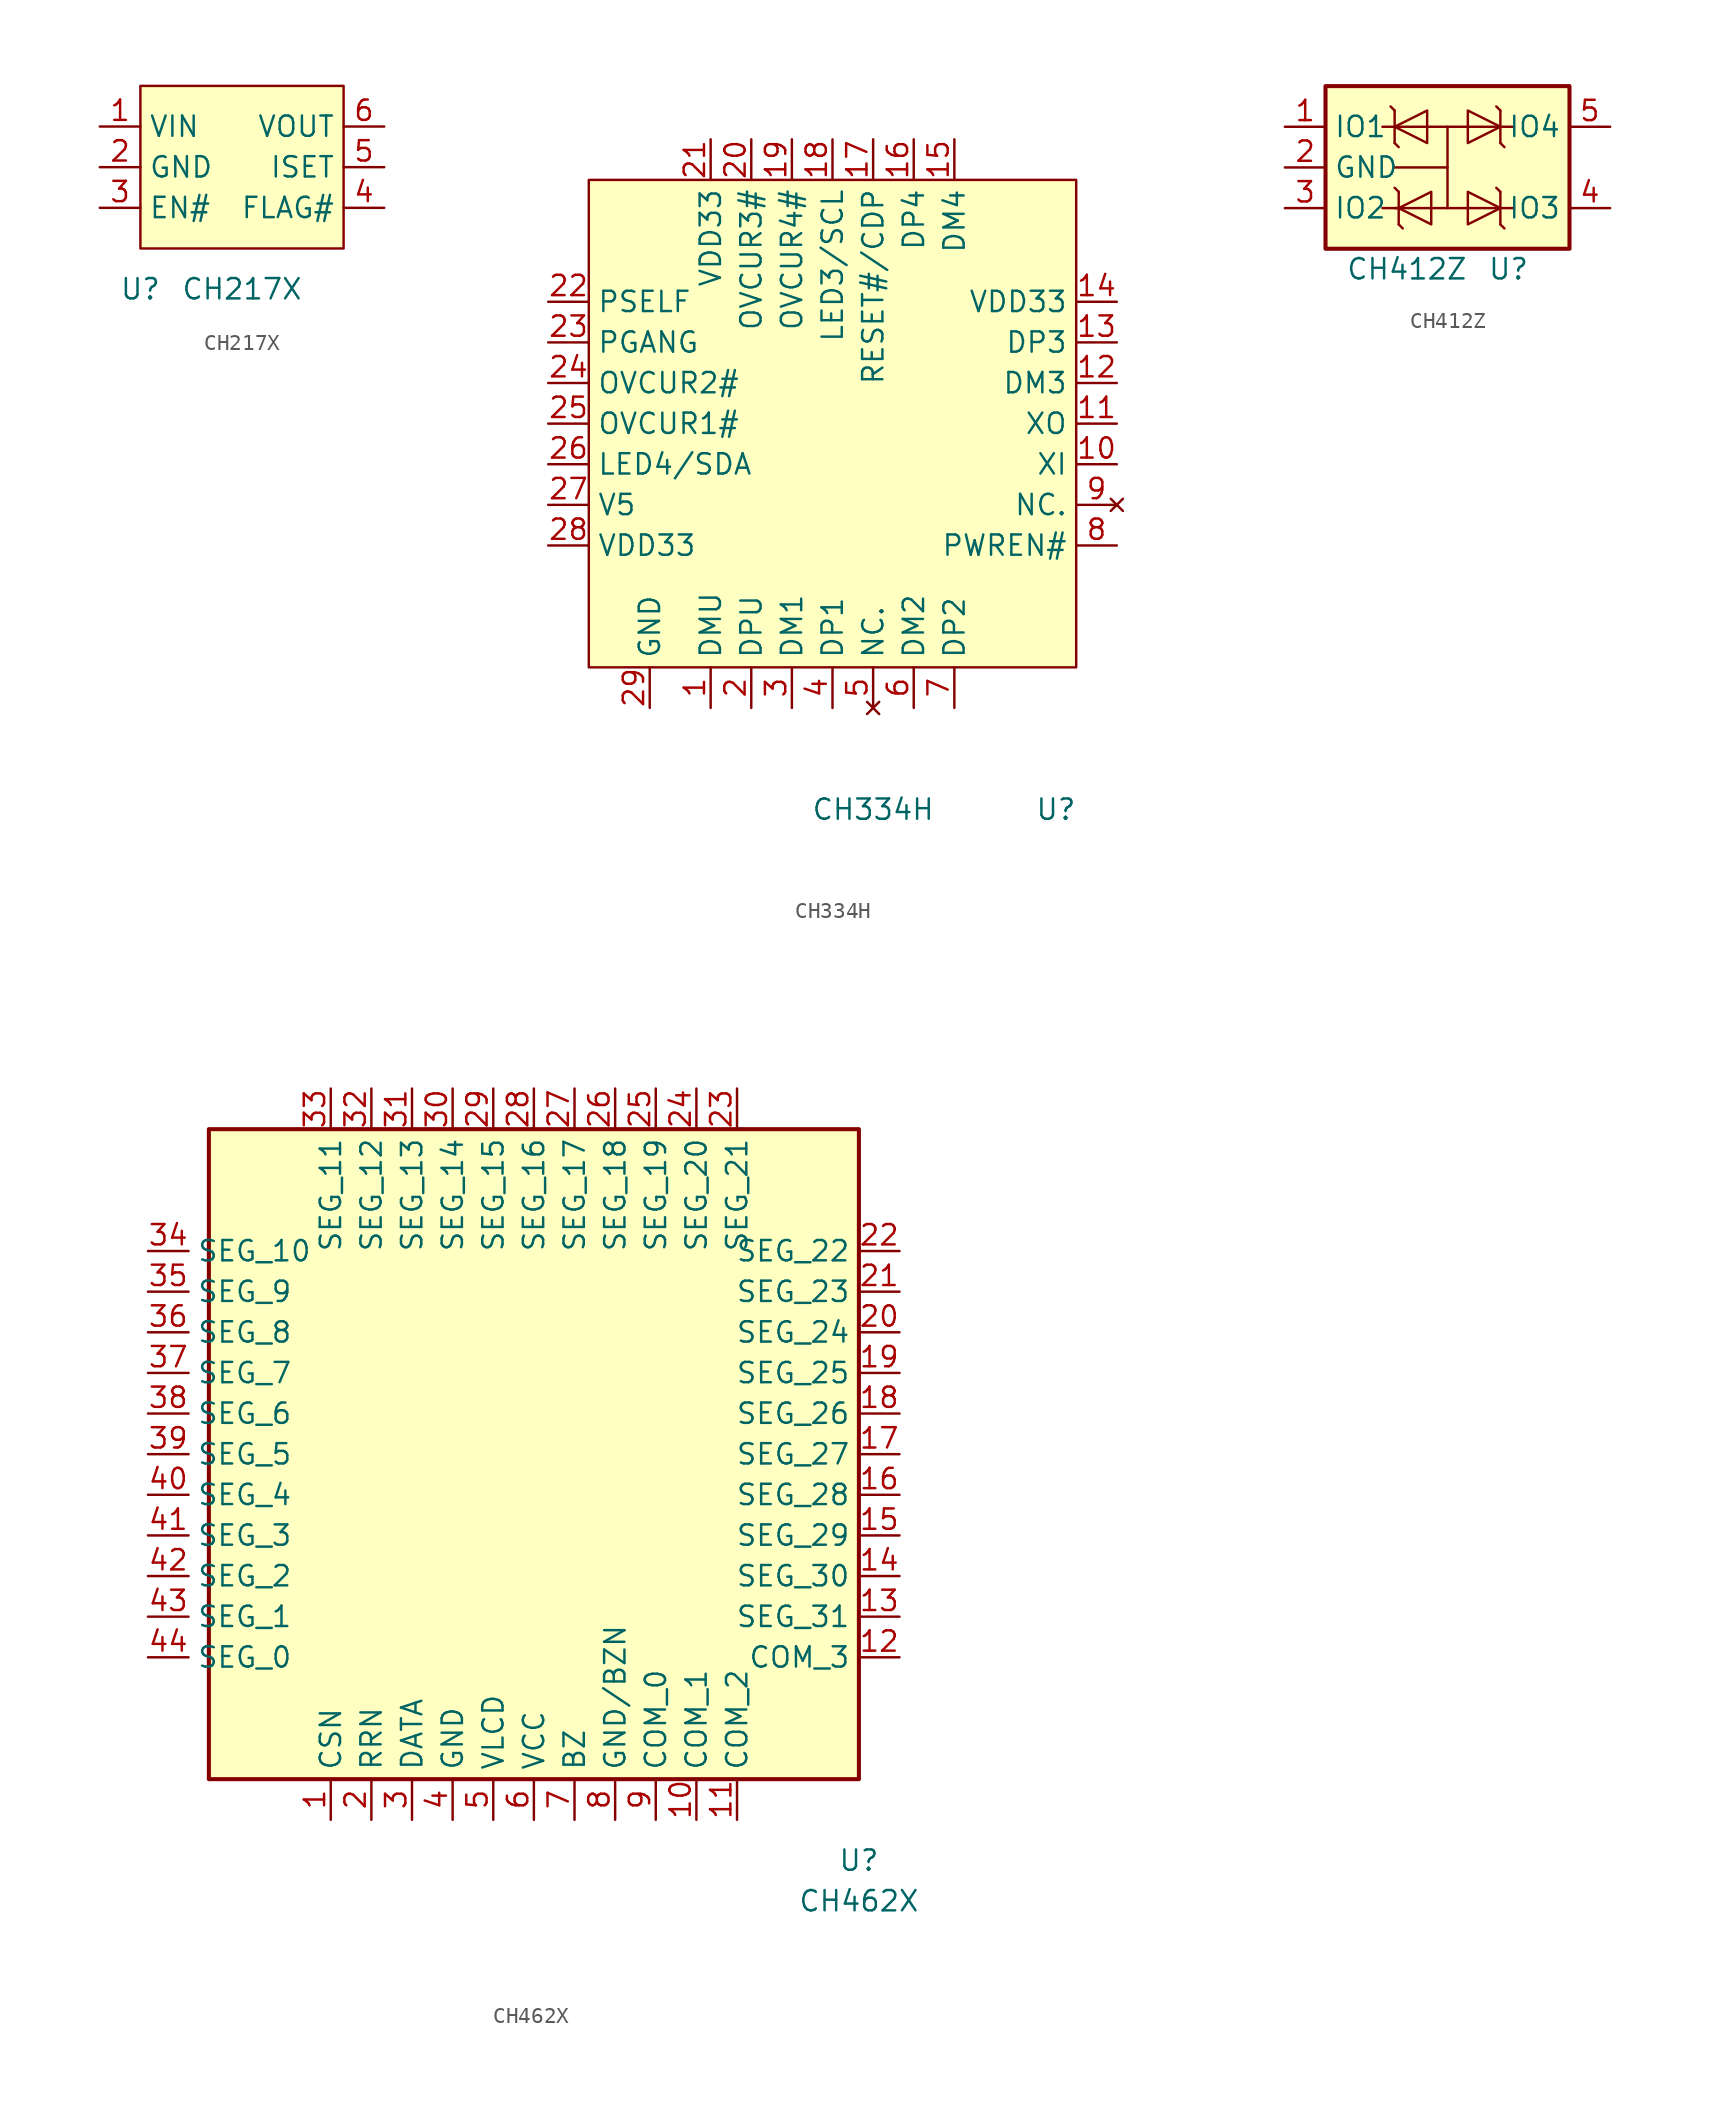
<source format=kicad_sym>
(kicad_symbol_lib
  (version 20231120)
  (generator "kicad_symbol_editor")
  (generator_version "8.0")
  (symbol "CH217X"
    (property "Reference" "U"
      (at -6.35 0 0)
      (effects (font (size 1.27 1.27))))
    (property "Value" "CH217X"
      (at 0 0 0)
      (effects (font (size 1.27 1.27))))
    (symbol "CH217X_0_1"
      (rectangle (start -6.35 12.7) (end 6.35 2.54) (stroke (width 0) (type default)) (fill (type background))))
    (symbol "CH217X_1_1"
      (pin power_in line (at -8.89 10.16 0) (length 2.54) (name "VIN" (effects (font (size 1.27 1.27)))) (number "1" (effects (font (size 1.27 1.27)))))
      (pin power_in line (at -8.89 7.62 0) (length 2.54) (name "GND" (effects (font (size 1.27 1.27)))) (number "2" (effects (font (size 1.27 1.27)))))
      (pin input line (at -8.89 5.08 0) (length 2.54) (name "EN#" (effects (font (size 1.27 1.27)))) (number "3" (effects (font (size 1.27 1.27)))))
      (pin output line (at 8.89 5.08 180) (length 2.54) (name "FLAG#" (effects (font (size 1.27 1.27)))) (number "4" (effects (font (size 1.27 1.27)))))
      (pin bidirectional line (at 8.89 7.62 180) (length 2.54) (name "ISET" (effects (font (size 1.27 1.27)))) (number "5" (effects (font (size 1.27 1.27)))))
      (pin power_out line (at 8.89 10.16 180) (length 2.54) (name "VOUT" (effects (font (size 1.27 1.27)))) (number "6" (effects (font (size 1.27 1.27)))))))
  (symbol "CH334H"
    (property "Reference" "U"
      (at 13.97 -24.13 0)
      (effects (font (size 1.27 1.27))))
    (property "Value" "CH334H"
      (at 2.54 -24.13 0)
      (effects (font (size 1.27 1.27))))
    (symbol "CH334H_0_1"
      (rectangle (start -15.24 15.24) (end 15.24 -15.24) (stroke (width 0) (type default)) (fill (type background))))
    (symbol "CH334H_1_1"
      (pin bidirectional line (at -7.62 -17.78 90) (length 2.54) (name "DMU" (effects (font (size 1.27 1.27)))) (number "1" (effects (font (size 1.27 1.27)))))
      (pin input line (at 17.78 -2.54 180) (length 2.54) (name "XI" (effects (font (size 1.27 1.27)))) (number "10" (effects (font (size 1.27 1.27)))))
      (pin output line (at 17.78 0 180) (length 2.54) (name "XO" (effects (font (size 1.27 1.27)))) (number "11" (effects (font (size 1.27 1.27)))))
      (pin bidirectional line (at 17.78 2.54 180) (length 2.54) (name "DM3" (effects (font (size 1.27 1.27)))) (number "12" (effects (font (size 1.27 1.27)))))
      (pin bidirectional line (at 17.78 5.08 180) (length 2.54) (name "DP3" (effects (font (size 1.27 1.27)))) (number "13" (effects (font (size 1.27 1.27)))))
      (pin power_in line (at 17.78 7.62 180) (length 2.54) (name "VDD33" (effects (font (size 1.27 1.27)))) (number "14" (effects (font (size 1.27 1.27)))))
      (pin bidirectional line (at 7.62 17.78 270) (length 2.54) (name "DM4" (effects (font (size 1.27 1.27)))) (number "15" (effects (font (size 1.27 1.27)))))
      (pin bidirectional line (at 5.08 17.78 270) (length 2.54) (name "DP4" (effects (font (size 1.27 1.27)))) (number "16" (effects (font (size 1.27 1.27)))))
      (pin bidirectional line (at 2.54 17.78 270) (length 2.54) (name "RESET#/CDP" (effects (font (size 1.27 1.27)))) (number "17" (effects (font (size 1.27 1.27)))))
      (pin bidirectional line (at 0 17.78 270) (length 2.54) (name "LED3/SCL" (effects (font (size 1.27 1.27)))) (number "18" (effects (font (size 1.27 1.27)))))
      (pin bidirectional line (at -2.54 17.78 270) (length 2.54) (name "OVCUR4#" (effects (font (size 1.27 1.27)))) (number "19" (effects (font (size 1.27 1.27)))))
      (pin bidirectional line (at -5.08 -17.78 90) (length 2.54) (name "DPU" (effects (font (size 1.27 1.27)))) (number "2" (effects (font (size 1.27 1.27)))))
      (pin bidirectional line (at -5.08 17.78 270) (length 2.54) (name "OVCUR3#" (effects (font (size 1.27 1.27)))) (number "20" (effects (font (size 1.27 1.27)))))
      (pin power_in line (at -7.62 17.78 270) (length 2.54) (name "VDD33" (effects (font (size 1.27 1.27)))) (number "21" (effects (font (size 1.27 1.27)))))
      (pin input line (at -17.78 7.62 0) (length 2.54) (name "PSELF" (effects (font (size 1.27 1.27)))) (number "22" (effects (font (size 1.27 1.27)))))
      (pin bidirectional line (at -17.78 5.08 0) (length 2.54) (name "PGANG" (effects (font (size 1.27 1.27)))) (number "23" (effects (font (size 1.27 1.27)))))
      (pin input line (at -17.78 2.54 0) (length 2.54) (name "OVCUR2#" (effects (font (size 1.27 1.27)))) (number "24" (effects (font (size 1.27 1.27)))))
      (pin input line (at -17.78 0 0) (length 2.54) (name "OVCUR1#" (effects (font (size 1.27 1.27)))) (number "25" (effects (font (size 1.27 1.27)))))
      (pin bidirectional line (at -17.78 -2.54 0) (length 2.54) (name "LED4/SDA" (effects (font (size 1.27 1.27)))) (number "26" (effects (font (size 1.27 1.27)))))
      (pin power_in line (at -17.78 -5.08 0) (length 2.54) (name "V5" (effects (font (size 1.27 1.27)))) (number "27" (effects (font (size 1.27 1.27)))))
      (pin power_in line (at -17.78 -7.62 0) (length 2.54) (name "VDD33" (effects (font (size 1.27 1.27)))) (number "28" (effects (font (size 1.27 1.27)))))
      (pin power_in line (at -11.43 -17.78 90) (length 2.54) (name "GND" (effects (font (size 1.27 1.27)))) (number "29" (effects (font (size 1.27 1.27)))))
      (pin bidirectional line (at -2.54 -17.78 90) (length 2.54) (name "DM1" (effects (font (size 1.27 1.27)))) (number "3" (effects (font (size 1.27 1.27)))))
      (pin bidirectional line (at 0 -17.78 90) (length 2.54) (name "DP1" (effects (font (size 1.27 1.27)))) (number "4" (effects (font (size 1.27 1.27)))))
      (pin no_connect line (at 2.54 -17.78 90) (length 2.54) (name "NC." (effects (font (size 1.27 1.27)))) (number "5" (effects (font (size 1.27 1.27)))))
      (pin bidirectional line (at 5.08 -17.78 90) (length 2.54) (name "DM2" (effects (font (size 1.27 1.27)))) (number "6" (effects (font (size 1.27 1.27)))))
      (pin bidirectional line (at 7.62 -17.78 90) (length 2.54) (name "DP2" (effects (font (size 1.27 1.27)))) (number "7" (effects (font (size 1.27 1.27)))))
      (pin output line (at 17.78 -7.62 180) (length 2.54) (name "PWREN#" (effects (font (size 1.27 1.27)))) (number "8" (effects (font (size 1.27 1.27)))))
      (pin no_connect line (at 17.78 -5.08 180) (length 2.54) (name "NC." (effects (font (size 1.27 1.27)))) (number "9" (effects (font (size 1.27 1.27)))))))
  (symbol "CH412Z"
    (property "Reference" "U"
      (at 3.81 -6.35 0)
      (effects (font (size 1.27 1.27))))
    (property "Value" "CH412Z"
      (at -2.54 -6.35 0)
      (effects (font (size 1.27 1.27))))
    (symbol "CH412Z_0_1"
      (rectangle (start -7.62 5.08) (end 7.62 -5.08) (stroke (width 0.254) (type default)) (fill (type background)))
      (polyline (pts (xy -4.064 -2.54) (xy -3.048 -2.54)) (stroke (width 0) (type default)) (fill (type none)))
      (polyline (pts (xy -4.064 2.54) (xy 4.064 2.54)) (stroke (width 0) (type default)) (fill (type none)))
      (polyline (pts (xy -3.302 0) (xy 0 0)) (stroke (width 0) (type default)) (fill (type none)))
      (polyline (pts (xy -3.302 1.524) (xy -3.302 3.556)) (stroke (width 0) (type default)) (fill (type none)))
      (polyline (pts (xy -3.302 1.524) (xy -3.048 1.27)) (stroke (width 0) (type default)) (fill (type none)))
      (polyline (pts (xy -3.302 3.556) (xy -3.556 3.81)) (stroke (width 0) (type default)) (fill (type none)))
      (polyline (pts (xy -3.048 -3.556) (xy -3.048 -1.524)) (stroke (width 0) (type default)) (fill (type none)))
      (polyline (pts (xy -3.048 -3.556) (xy -2.794 -3.81)) (stroke (width 0) (type default)) (fill (type none)))
      (polyline (pts (xy -3.048 -1.524) (xy -3.302 -1.27)) (stroke (width 0) (type default)) (fill (type none)))
      (polyline (pts (xy 0 -2.54) (xy 0 2.54)) (stroke (width 0) (type default)) (fill (type none)))
      (polyline (pts (xy 3.302 -3.556) (xy 3.556 -3.81)) (stroke (width 0) (type default)) (fill (type none)))
      (polyline (pts (xy 3.302 -1.524) (xy 3.048 -1.27)) (stroke (width 0) (type default)) (fill (type none)))
      (polyline (pts (xy 3.302 -1.524) (xy 3.302 -3.556)) (stroke (width 0) (type default)) (fill (type none)))
      (polyline (pts (xy 3.302 1.524) (xy 3.556 1.27)) (stroke (width 0) (type default)) (fill (type none)))
      (polyline (pts (xy 3.302 3.556) (xy 3.048 3.81)) (stroke (width 0) (type default)) (fill (type none)))
      (polyline (pts (xy 3.302 3.556) (xy 3.302 1.524)) (stroke (width 0) (type default)) (fill (type none)))
      (polyline (pts (xy 4.064 -2.54) (xy -3.302 -2.54)) (stroke (width 0) (type default)) (fill (type none)))
      (polyline (pts (xy -1.27 3.556) (xy -1.27 1.524) (xy -3.302 2.54) (xy -1.27 3.556)) (stroke (width 0) (type default)) (fill (type none)))
      (polyline (pts (xy -1.016 -1.524) (xy -1.016 -3.556) (xy -3.048 -2.54) (xy -1.016 -1.524)) (stroke (width 0) (type default)) (fill (type none)))
      (polyline (pts (xy 1.27 -3.556) (xy 1.27 -1.524) (xy 3.302 -2.54) (xy 1.27 -3.556)) (stroke (width 0) (type default)) (fill (type none)))
      (polyline (pts (xy 1.27 1.524) (xy 1.27 3.556) (xy 3.302 2.54) (xy 1.27 1.524)) (stroke (width 0) (type default)) (fill (type none))))
    (symbol "CH412Z_1_1"
      (pin passive line (at -10.16 2.54 0) (length 2.54) (name "IO1" (effects (font (size 1.27 1.27)))) (number "1" (effects (font (size 1.27 1.27)))))
      (pin power_in line (at -10.16 0 0) (length 2.54) (name "GND" (effects (font (size 1.27 1.27)))) (number "2" (effects (font (size 1.27 1.27)))))
      (pin passive line (at -10.16 -2.54 0) (length 2.54) (name "IO2" (effects (font (size 1.27 1.27)))) (number "3" (effects (font (size 1.27 1.27)))))
      (pin passive line (at 10.16 -2.54 180) (length 2.54) (name "IO3" (effects (font (size 1.27 1.27)))) (number "4" (effects (font (size 1.27 1.27)))))
      (pin passive line (at 10.16 2.54 180) (length 2.54) (name "IO4" (effects (font (size 1.27 1.27)))) (number "5" (effects (font (size 1.27 1.27)))))))
  (symbol "CH462X"
    (property "Reference" "U"
      (at 20.32 -25.4 0)
      (effects (font (size 1.27 1.27))))
    (property "Value" "CH462X"
      (at 20.32 -27.94 0)
      (effects (font (size 1.27 1.27))))
    (symbol "CH462X_0_1"
      (rectangle (start -20.32 20.32) (end 20.32 -20.32) (stroke (width 0.254) (type default)) (fill (type background))))
    (symbol "CH462X_1_1"
      (pin input line (at -12.7 -22.86 90) (length 2.54) (name "CSN" (effects (font (size 1.27 1.27)))) (number "1" (effects (font (size 1.27 1.27)))))
      (pin output line (at 10.16 -22.86 90) (length 2.54) (name "COM_1" (effects (font (size 1.27 1.27)))) (number "10" (effects (font (size 1.27 1.27)))))
      (pin output line (at 12.7 -22.86 90) (length 2.54) (name "COM_2" (effects (font (size 1.27 1.27)))) (number "11" (effects (font (size 1.27 1.27)))))
      (pin output line (at 22.86 -12.7 180) (length 2.54) (name "COM_3" (effects (font (size 1.27 1.27)))) (number "12" (effects (font (size 1.27 1.27)))))
      (pin output line (at 22.86 -10.16 180) (length 2.54) (name "SEG_31" (effects (font (size 1.27 1.27)))) (number "13" (effects (font (size 1.27 1.27)))))
      (pin output line (at 22.86 -7.62 180) (length 2.54) (name "SEG_30" (effects (font (size 1.27 1.27)))) (number "14" (effects (font (size 1.27 1.27)))))
      (pin output line (at 22.86 -5.08 180) (length 2.54) (name "SEG_29" (effects (font (size 1.27 1.27)))) (number "15" (effects (font (size 1.27 1.27)))))
      (pin output line (at 22.86 -2.54 180) (length 2.54) (name "SEG_28" (effects (font (size 1.27 1.27)))) (number "16" (effects (font (size 1.27 1.27)))))
      (pin output line (at 22.86 0 180) (length 2.54) (name "SEG_27" (effects (font (size 1.27 1.27)))) (number "17" (effects (font (size 1.27 1.27)))))
      (pin output line (at 22.86 2.54 180) (length 2.54) (name "SEG_26" (effects (font (size 1.27 1.27)))) (number "18" (effects (font (size 1.27 1.27)))))
      (pin output line (at 22.86 5.08 180) (length 2.54) (name "SEG_25" (effects (font (size 1.27 1.27)))) (number "19" (effects (font (size 1.27 1.27)))))
      (pin input line (at -10.16 -22.86 90) (length 2.54) (name "RRN" (effects (font (size 1.27 1.27)))) (number "2" (effects (font (size 1.27 1.27)))))
      (pin output line (at 22.86 7.62 180) (length 2.54) (name "SEG_24" (effects (font (size 1.27 1.27)))) (number "20" (effects (font (size 1.27 1.27)))))
      (pin output line (at 22.86 10.16 180) (length 2.54) (name "SEG_23" (effects (font (size 1.27 1.27)))) (number "21" (effects (font (size 1.27 1.27)))))
      (pin output line (at 22.86 12.7 180) (length 2.54) (name "SEG_22" (effects (font (size 1.27 1.27)))) (number "22" (effects (font (size 1.27 1.27)))))
      (pin output line (at 12.7 22.86 270) (length 2.54) (name "SEG_21" (effects (font (size 1.27 1.27)))) (number "23" (effects (font (size 1.27 1.27)))))
      (pin output line (at 10.16 22.86 270) (length 2.54) (name "SEG_20" (effects (font (size 1.27 1.27)))) (number "24" (effects (font (size 1.27 1.27)))))
      (pin output line (at 7.62 22.86 270) (length 2.54) (name "SEG_19" (effects (font (size 1.27 1.27)))) (number "25" (effects (font (size 1.27 1.27)))))
      (pin output line (at 5.08 22.86 270) (length 2.54) (name "SEG_18" (effects (font (size 1.27 1.27)))) (number "26" (effects (font (size 1.27 1.27)))))
      (pin output line (at 2.54 22.86 270) (length 2.54) (name "SEG_17" (effects (font (size 1.27 1.27)))) (number "27" (effects (font (size 1.27 1.27)))))
      (pin output line (at 0 22.86 270) (length 2.54) (name "SEG_16" (effects (font (size 1.27 1.27)))) (number "28" (effects (font (size 1.27 1.27)))))
      (pin output line (at -2.54 22.86 270) (length 2.54) (name "SEG_15" (effects (font (size 1.27 1.27)))) (number "29" (effects (font (size 1.27 1.27)))))
      (pin input line (at -7.62 -22.86 90) (length 2.54) (name "DATA" (effects (font (size 1.27 1.27)))) (number "3" (effects (font (size 1.27 1.27)))))
      (pin output line (at -5.08 22.86 270) (length 2.54) (name "SEG_14" (effects (font (size 1.27 1.27)))) (number "30" (effects (font (size 1.27 1.27)))))
      (pin output line (at -7.62 22.86 270) (length 2.54) (name "SEG_13" (effects (font (size 1.27 1.27)))) (number "31" (effects (font (size 1.27 1.27)))))
      (pin output line (at -10.16 22.86 270) (length 2.54) (name "SEG_12" (effects (font (size 1.27 1.27)))) (number "32" (effects (font (size 1.27 1.27)))))
      (pin output line (at -12.7 22.86 270) (length 2.54) (name "SEG_11" (effects (font (size 1.27 1.27)))) (number "33" (effects (font (size 1.27 1.27)))))
      (pin output line (at -24.13 12.7 0) (length 2.54) (name "SEG_10" (effects (font (size 1.27 1.27)))) (number "34" (effects (font (size 1.27 1.27)))))
      (pin output line (at -24.13 10.16 0) (length 2.54) (name "SEG_9" (effects (font (size 1.27 1.27)))) (number "35" (effects (font (size 1.27 1.27)))))
      (pin output line (at -24.13 7.62 0) (length 2.54) (name "SEG_8" (effects (font (size 1.27 1.27)))) (number "36" (effects (font (size 1.27 1.27)))))
      (pin output line (at -24.13 5.08 0) (length 2.54) (name "SEG_7" (effects (font (size 1.27 1.27)))) (number "37" (effects (font (size 1.27 1.27)))))
      (pin output line (at -24.13 2.54 0) (length 2.54) (name "SEG_6" (effects (font (size 1.27 1.27)))) (number "38" (effects (font (size 1.27 1.27)))))
      (pin output line (at -24.13 0 0) (length 2.54) (name "SEG_5" (effects (font (size 1.27 1.27)))) (number "39" (effects (font (size 1.27 1.27)))))
      (pin power_in line (at -5.08 -22.86 90) (length 2.54) (name "GND" (effects (font (size 1.27 1.27)))) (number "4" (effects (font (size 1.27 1.27)))))
      (pin output line (at -24.13 -2.54 0) (length 2.54) (name "SEG_4" (effects (font (size 1.27 1.27)))) (number "40" (effects (font (size 1.27 1.27)))))
      (pin output line (at -24.13 -5.08 0) (length 2.54) (name "SEG_3" (effects (font (size 1.27 1.27)))) (number "41" (effects (font (size 1.27 1.27)))))
      (pin output line (at -24.13 -7.62 0) (length 2.54) (name "SEG_2" (effects (font (size 1.27 1.27)))) (number "42" (effects (font (size 1.27 1.27)))))
      (pin output line (at -24.13 -10.16 0) (length 2.54) (name "SEG_1" (effects (font (size 1.27 1.27)))) (number "43" (effects (font (size 1.27 1.27)))))
      (pin output line (at -24.13 -12.7 0) (length 2.54) (name "SEG_0" (effects (font (size 1.27 1.27)))) (number "44" (effects (font (size 1.27 1.27)))))
      (pin power_in line (at -2.54 -22.86 90) (length 2.54) (name "VLCD" (effects (font (size 1.27 1.27)))) (number "5" (effects (font (size 1.27 1.27)))))
      (pin power_in line (at 0 -22.86 90) (length 2.54) (name "VCC" (effects (font (size 1.27 1.27)))) (number "6" (effects (font (size 1.27 1.27)))))
      (pin output line (at 2.54 -22.86 90) (length 2.54) (name "BZ" (effects (font (size 1.27 1.27)))) (number "7" (effects (font (size 1.27 1.27)))))
      (pin power_in line (at 5.08 -22.86 90) (length 2.54) (name "GND/BZN" (effects (font (size 1.27 1.27)))) (number "8" (effects (font (size 1.27 1.27)))))
      (pin output line (at 7.62 -22.86 90) (length 2.54) (name "COM_0" (effects (font (size 1.27 1.27)))) (number "9" (effects (font (size 1.27 1.27))))))))
</source>
